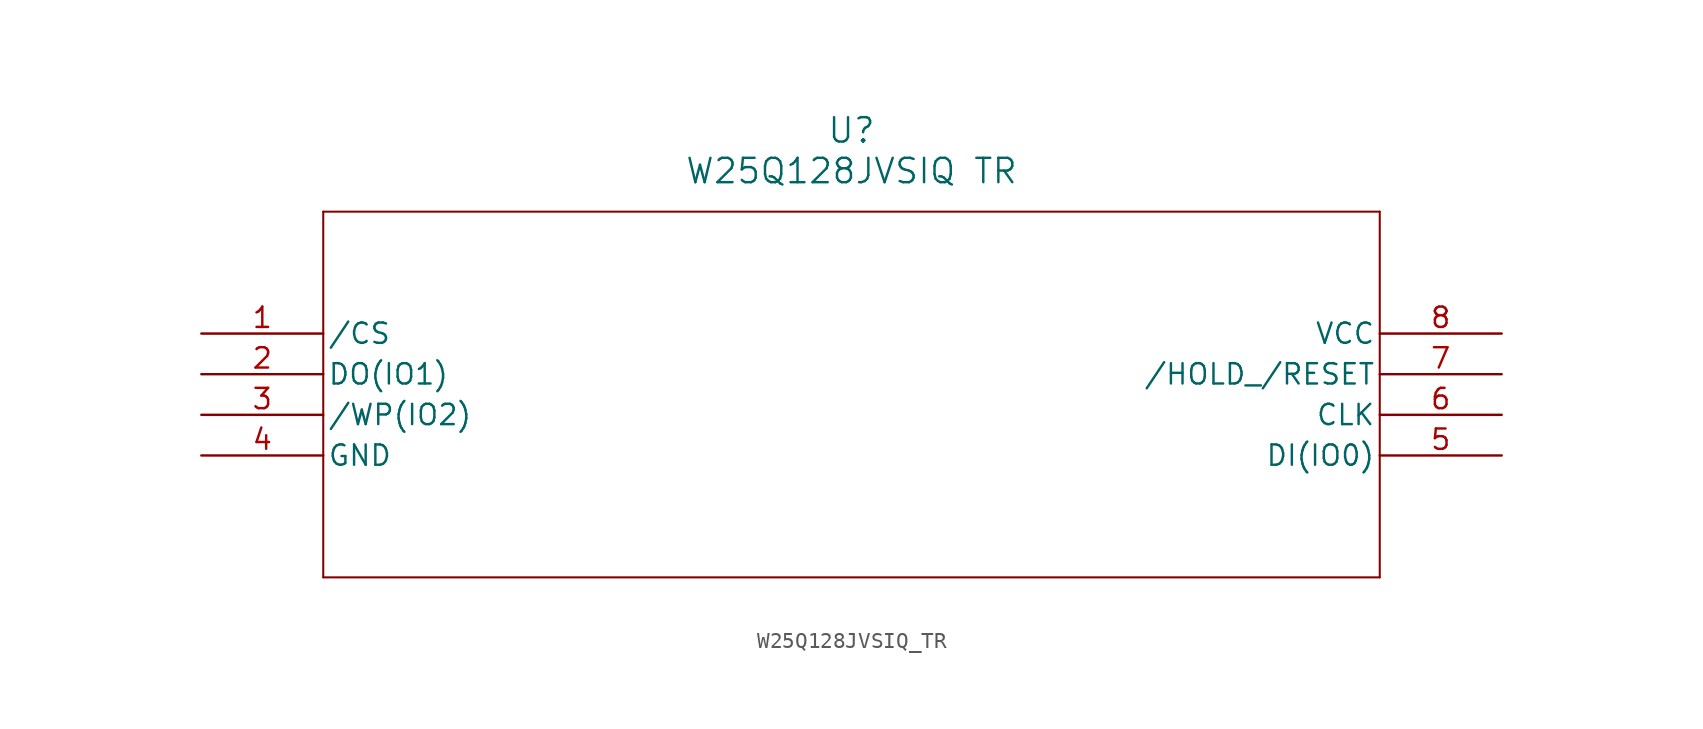
<source format=kicad_sym>
(kicad_symbol_lib
  (version 20241209)
  (generator "kicad_symbol_editor")
  (generator_version "9.0")
  (symbol "W25Q128JVSIQ_TR"
    (pin_names
      (offset 0.254))
    (property "Reference" "U"
      (at 40.64 12.7 0)
      (effects (font (size 1.524 1.524))))
    (property "Value" "W25Q128JVSIQ TR"
      (at 40.64 10.16 0)
      (effects (font (size 1.524 1.524))))
    (symbol "W25Q128JVSIQ_TR_0_1"
      (polyline (pts (xy 7.62 7.62) (xy 7.62 -15.24)) (stroke (width 0.127) (type default)) (fill (type none)))
      (polyline (pts (xy 7.62 -15.24) (xy 73.66 -15.24)) (stroke (width 0.127) (type default)) (fill (type none)))
      (polyline (pts (xy 73.66 7.62) (xy 7.62 7.62)) (stroke (width 0.127) (type default)) (fill (type none)))
      (polyline (pts (xy 73.66 -15.24) (xy 73.66 7.62)) (stroke (width 0.127) (type default)) (fill (type none)))
      (pin input line (at 0 0 0) (length 7.62) (name "/CS" (effects (font (size 1.27 1.27)))) (number "1" (effects (font (size 1.27 1.27)))))
      (pin bidirectional line (at 0 -2.54 0) (length 7.62) (name "DO(IO1)" (effects (font (size 1.27 1.27)))) (number "2" (effects (font (size 1.27 1.27)))))
      (pin bidirectional line (at 0 -5.08 0) (length 7.62) (name "/WP(IO2)" (effects (font (size 1.27 1.27)))) (number "3" (effects (font (size 1.27 1.27)))))
      (pin power_out line (at 0 -7.62 0) (length 7.62) (name "GND" (effects (font (size 1.27 1.27)))) (number "4" (effects (font (size 1.27 1.27)))))
      (pin power_in line (at 81.28 0 180) (length 7.62) (name "VCC" (effects (font (size 1.27 1.27)))) (number "8" (effects (font (size 1.27 1.27)))))
      (pin bidirectional line (at 81.28 -2.54 180) (length 7.62) (name "/HOLD_/RESET" (effects (font (size 1.27 1.27)))) (number "7" (effects (font (size 1.27 1.27)))))
      (pin input line (at 81.28 -5.08 180) (length 7.62) (name "CLK" (effects (font (size 1.27 1.27)))) (number "6" (effects (font (size 1.27 1.27)))))
      (pin bidirectional line (at 81.28 -7.62 180) (length 7.62) (name "DI(IO0)" (effects (font (size 1.27 1.27)))) (number "5" (effects (font (size 1.27 1.27))))))))
</source>
